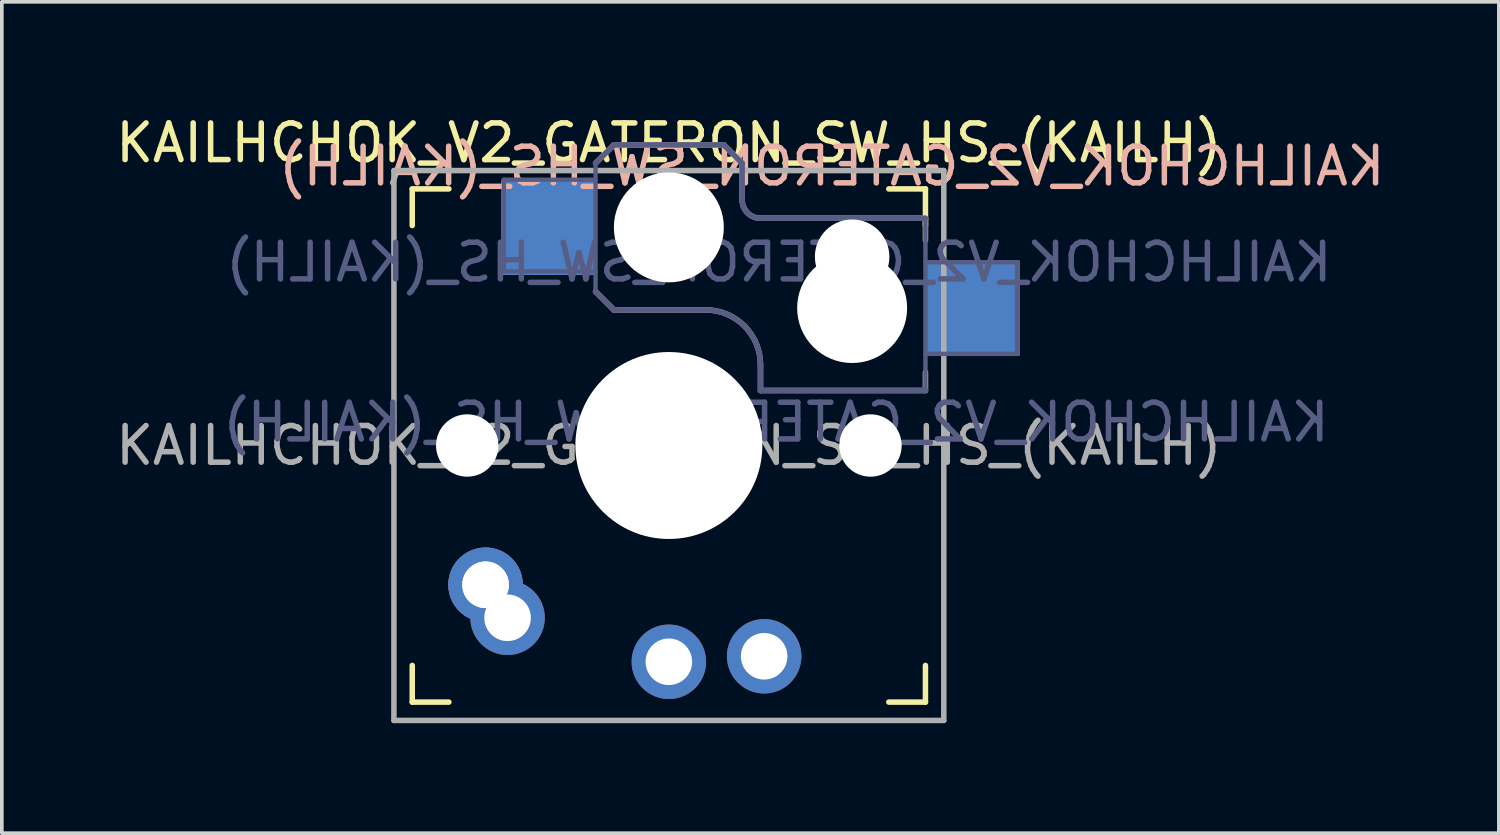
<source format=kicad_pcb>
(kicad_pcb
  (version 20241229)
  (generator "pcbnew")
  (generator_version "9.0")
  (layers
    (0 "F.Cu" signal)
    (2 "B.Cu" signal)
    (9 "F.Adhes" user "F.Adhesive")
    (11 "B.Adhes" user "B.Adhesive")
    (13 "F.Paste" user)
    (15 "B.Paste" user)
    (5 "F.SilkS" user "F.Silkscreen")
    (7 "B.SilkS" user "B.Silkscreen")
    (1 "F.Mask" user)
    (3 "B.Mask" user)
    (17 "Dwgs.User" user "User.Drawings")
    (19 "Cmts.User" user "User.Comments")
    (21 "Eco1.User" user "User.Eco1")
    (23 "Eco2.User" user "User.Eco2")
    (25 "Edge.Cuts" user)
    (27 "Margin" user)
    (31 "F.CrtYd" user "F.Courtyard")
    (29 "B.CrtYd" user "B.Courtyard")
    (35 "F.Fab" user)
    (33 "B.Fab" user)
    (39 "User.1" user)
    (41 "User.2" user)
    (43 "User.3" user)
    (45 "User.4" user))
  (footprint "KAILHCHOK_V2_GATERON_SW_HS_(KAILH)"
    (layer "F.Cu")
    (at 15.196 9.103)
    (property "Reference" "KAILHCHOK_V2_GATERON_SW_HS_(KAILH)" (at 0 -8.255 0) (layer "F.SilkS") (effects (font (size 1 1) (thickness 0.15))))
    (property "Value" "KAILHCHOK_V2_GATERON_SW_HS_(KAILH) " (at 0 8.65 0) (layer "F.Fab") (hide yes) (effects (font (size 1 1) (thickness 0.15))))
    (attr through_hole)
    (fp_line (start -7 -6) (end -7 -7) (stroke (width 0.15) (type solid)) (layer "F.SilkS"))
    (fp_line (start -7 7) (end -7 6) (stroke (width 0.15) (type solid)) (layer "F.SilkS"))
    (fp_line (start -7 7) (end -6 7) (stroke (width 0.15) (type solid)) (layer "F.SilkS"))
    (fp_line (start -6 -7) (end -7 -7) (stroke (width 0.15) (type solid)) (layer "F.SilkS"))
    (fp_line (start 6 7) (end 7 7) (stroke (width 0.15) (type solid)) (layer "F.SilkS"))
    (fp_line (start 7 -7) (end 6 -7) (stroke (width 0.15) (type solid)) (layer "F.SilkS"))
    (fp_line (start 7 -7) (end 7 -6) (stroke (width 0.15) (type solid)) (layer "F.SilkS"))
    (fp_line (start 7 6) (end 7 7) (stroke (width 0.15) (type solid)) (layer "F.SilkS"))
    (fp_line (start -2 -7.7) (end -1.5 -8.2) (stroke (width 0.15) (type solid)) (layer "B.SilkS"))
    (fp_line (start -2 -4.2) (end -1.5 -3.7) (stroke (width 0.15) (type solid)) (layer "B.SilkS"))
    (fp_line (start -1.5 -8.2) (end 1.5 -8.2) (stroke (width 0.15) (type solid)) (layer "B.SilkS"))
    (fp_line (start -1.5 -3.7) (end 1 -3.7) (stroke (width 0.15) (type solid)) (layer "B.SilkS"))
    (fp_line (start 1.5 -8.2) (end 2 -7.7) (stroke (width 0.15) (type solid)) (layer "B.SilkS"))
    (fp_line (start 2 -6.7) (end 2 -7.7) (stroke (width 0.15) (type solid)) (layer "B.SilkS"))
    (fp_line (start 2.5 -2.2) (end 2.5 -1.5) (stroke (width 0.15) (type solid)) (layer "B.SilkS"))
    (fp_line (start 2.5 -1.5) (end 7 -1.5) (stroke (width 0.15) (type solid)) (layer "B.SilkS"))
    (fp_line (start 7 -6.2) (end 2.5 -6.2) (stroke (width 0.15) (type solid)) (layer "B.SilkS"))
    (fp_line (start 7 -5.6) (end 7 -6.2) (stroke (width 0.15) (type solid)) (layer "B.SilkS"))
    (fp_line (start 7 -1.5) (end 7 -2) (stroke (width 0.15) (type solid)) (layer "B.SilkS"))
    (fp_arc (start 1 -3.7) (mid 2.06066 -3.26066) (end 2.5 -2.2) (stroke (width 0.15) (type solid)) (layer "B.SilkS"))
    (fp_arc (start 2.5 -6.2) (mid 2.146447 -6.346447) (end 2 -6.7) (stroke (width 0.15) (type solid)) (layer "B.SilkS"))
    (fp_line (start -6.9 6.9) (end -6.9 -6.9) (stroke (width 0.15) (type solid)) (layer "Eco2.User"))
    (fp_line (start -6.9 6.9) (end 6.9 6.9) (stroke (width 0.15) (type solid)) (layer "Eco2.User"))
    (fp_line (start -2.6 -3.1) (end -2.6 -6.3) (stroke (width 0.15) (type solid)) (layer "Eco2.User"))
    (fp_line (start -2.6 -3.1) (end 2.6 -3.1) (stroke (width 0.15) (type solid)) (layer "Eco2.User"))
    (fp_line (start 2.6 -6.3) (end -2.6 -6.3) (stroke (width 0.15) (type solid)) (layer "Eco2.User"))
    (fp_line (start 2.6 -3.1) (end 2.6 -6.3) (stroke (width 0.15) (type solid)) (layer "Eco2.User"))
    (fp_line (start 6.9 -6.9) (end -6.9 -6.9) (stroke (width 0.15) (type solid)) (layer "Eco2.User"))
    (fp_line (start 6.9 -6.9) (end 6.9 6.9) (stroke (width 0.15) (type solid)) (layer "Eco2.User"))
    (fp_line (start -4.5 -7.25) (end -2 -7.25) (stroke (width 0.12) (type solid)) (layer "B.Fab"))
    (fp_line (start -4.5 -4.75) (end -4.5 -7.25) (stroke (width 0.12) (type solid)) (layer "B.Fab"))
    (fp_line (start -2 -7.7) (end -1.5 -8.2) (stroke (width 0.15) (type solid)) (layer "B.Fab"))
    (fp_line (start -2 -4.75) (end -4.5 -4.75) (stroke (width 0.12) (type solid)) (layer "B.Fab"))
    (fp_line (start -2 -4.25) (end -2 -7.7) (stroke (width 0.12) (type solid)) (layer "B.Fab"))
    (fp_line (start -2 -4.2) (end -1.5 -3.7) (stroke (width 0.15) (type solid)) (layer "B.Fab"))
    (fp_line (start -1.5 -8.2) (end 1.5 -8.2) (stroke (width 0.15) (type solid)) (layer "B.Fab"))
    (fp_line (start -1.5 -3.7) (end 1 -3.7) (stroke (width 0.15) (type solid)) (layer "B.Fab"))
    (fp_line (start 1.5 -8.2) (end 2 -7.7) (stroke (width 0.15) (type solid)) (layer "B.Fab"))
    (fp_line (start 2 -6.7) (end 2 -7.7) (stroke (width 0.15) (type solid)) (layer "B.Fab"))
    (fp_line (start 2.5 -2.2) (end 2.5 -1.5) (stroke (width 0.15) (type solid)) (layer "B.Fab"))
    (fp_line (start 2.5 -1.5) (end 7 -1.5) (stroke (width 0.15) (type solid)) (layer "B.Fab"))
    (fp_line (start 7 -6.2) (end 2.5 -6.2) (stroke (width 0.15) (type solid)) (layer "B.Fab"))
    (fp_line (start 7 -5) (end 9.5 -5) (stroke (width 0.12) (type solid)) (layer "B.Fab"))
    (fp_line (start 7 -1.5) (end 7 -6.2) (stroke (width 0.12) (type solid)) (layer "B.Fab"))
    (fp_line (start 9.5 -5) (end 9.5 -2.5) (stroke (width 0.12) (type solid)) (layer "B.Fab"))
    (fp_line (start 9.5 -2.5) (end 7 -2.5) (stroke (width 0.12) (type solid)) (layer "B.Fab"))
    (fp_arc (start 1 -3.7) (mid 2.06066 -3.26066) (end 2.5 -2.2) (stroke (width 0.15) (type solid)) (layer "B.Fab"))
    (fp_arc (start 2.5 -6.2) (mid 2.146447 -6.346447) (end 2 -6.7) (stroke (width 0.15) (type solid)) (layer "B.Fab"))
    (fp_line (start -7.5 -7.5) (end 7.5 -7.5) (stroke (width 0.15) (type solid)) (layer "F.Fab"))
    (fp_line (start -7.5 7.5) (end -7.5 -7.5) (stroke (width 0.15) (type solid)) (layer "F.Fab"))
    (fp_line (start 7.5 -7.5) (end 7.5 7.5) (stroke (width 0.15) (type solid)) (layer "F.Fab"))
    (fp_line (start 7.5 7.5) (end -7.5 7.5) (stroke (width 0.15) (type solid)) (layer "F.Fab"))
    (fp_text user "${REFERENCE}" (at 4.445 -7.62 0) (layer "B.SilkS") (effects (font (size 1 1) (thickness 0.15)) (justify mirror)))
    (fp_text user "${REFERENCE}" (at 3 -5 180) (layer "B.Fab") (effects (font (size 1 1) (thickness 0.15)) (justify mirror)))
    (fp_text user "${VALUE}" (at 2.54 -0.635 0) (layer "B.Fab") (effects (font (size 1 1) (thickness 0.15)) (justify mirror)))
    (fp_text user "${REFERENCE}" (at 0 0 0) (layer "F.Fab") (effects (font (size 1 1) (thickness 0.15))))
    (pad "" np_thru_hole circle (at -5.5 0) (size 1.702 1.702) (drill 1.702) (layers "*.Cu" "*.Mask"))
    (pad "" np_thru_hole circle (at 0 -5.95) (size 3 3) (drill 3) (layers "*.Cu" "*.Mask"))
    (pad "" np_thru_hole circle (at 0 0) (size 5.1 5.1) (drill 5.1) (layers "*.Cu" "*.Mask"))
    (pad "" np_thru_hole circle (at 5 -5.15) (size 2.032 2.032) (drill 2.032) (layers "*.Cu" "*.Mask"))
    (pad "" np_thru_hole circle (at 5 -3.75) (size 3 3) (drill 3) (layers "*.Cu" "*.Mask"))
    (pad "" np_thru_hole circle (at 5.5 0) (size 1.702 1.702) (drill 1.702) (layers "*.Cu" "*.Mask"))
    (pad "1" smd rect (at -3.275 -5.95) (size 2.6 2.6) (layers "B.Cu" "B.Mask" "B.Paste"))
    (pad "1" thru_hole circle (at 0 5.9) (size 2.032 2.032) (drill 1.27) (layers "*.Cu" "*.Mask"))
    (pad "1" thru_hole circle (at 2.6 5.75) (size 2.032 2.032) (drill 1.27) (layers "*.Cu" "*.Mask"))
    (pad "2" thru_hole circle (at -5 3.8) (size 2.032 2.032) (drill 1.27) (layers "*.Cu" "*.Mask"))
    (pad "2" thru_hole circle (at -4.4 4.7) (size 2.032 2.032) (drill 1.27) (layers "*.Cu" "*.Mask"))
    (pad "2" smd rect (at 8.275 -3.75) (size 2.6 2.6) (layers "B.Cu" "B.Mask" "B.Paste"))
    (pad "5" thru_hole circle (at -5 3.8) (size 2.032 2.032) (drill 1.27) (layers "*.Cu" "*.Mask")))
  (gr_rect
    (start -3 -3)
    (end 37.838 19.678)
    (stroke (width 0.1) (type default))
    (fill no)
    (layer "Edge.Cuts")))
</source>
